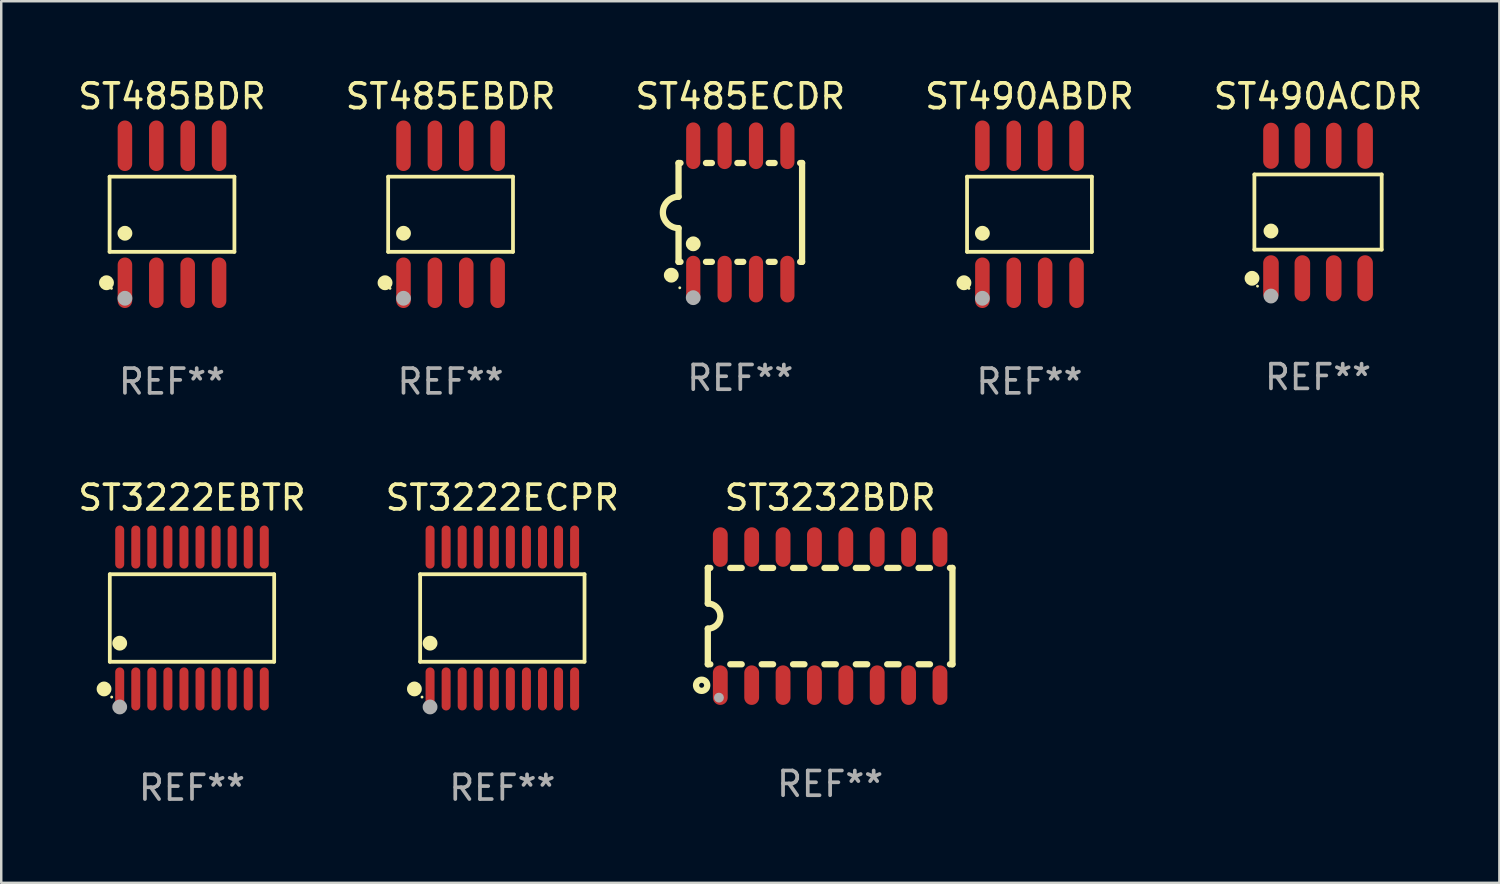
<source format=kicad_pcb>
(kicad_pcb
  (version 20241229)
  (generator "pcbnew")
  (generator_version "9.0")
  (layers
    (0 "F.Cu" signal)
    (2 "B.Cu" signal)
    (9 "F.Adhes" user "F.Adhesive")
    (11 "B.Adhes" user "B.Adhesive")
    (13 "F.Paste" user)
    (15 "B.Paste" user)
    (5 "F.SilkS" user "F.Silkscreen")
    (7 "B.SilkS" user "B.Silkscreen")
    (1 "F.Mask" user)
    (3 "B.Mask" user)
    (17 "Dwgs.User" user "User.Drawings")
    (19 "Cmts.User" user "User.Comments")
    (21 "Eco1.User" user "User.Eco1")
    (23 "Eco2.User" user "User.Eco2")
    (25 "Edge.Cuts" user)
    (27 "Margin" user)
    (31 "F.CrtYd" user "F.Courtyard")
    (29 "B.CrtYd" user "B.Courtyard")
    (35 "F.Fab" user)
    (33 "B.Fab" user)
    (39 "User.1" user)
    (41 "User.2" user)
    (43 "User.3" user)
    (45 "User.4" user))
  (footprint "ST3222ECPR"
    (layer "F.Cu")
    (at 17.28 21.961)
    (property "Reference" "ST3222ECPR" (at 0 -4.871 0) (layer "F.SilkS") (effects (font (size 1 1) (thickness 0.15))))
    (attr through_hole)
    (fp_line (start -3.326 -1.771) (end 3.326 -1.771) (stroke (width 0.152) (type solid)) (layer "F.SilkS"))
    (fp_line (start -3.326 1.771) (end -3.326 -1.771) (stroke (width 0.152) (type solid)) (layer "F.SilkS"))
    (fp_line (start 3.326 -1.771) (end 3.326 1.771) (stroke (width 0.152) (type solid)) (layer "F.SilkS"))
    (fp_line (start 3.326 1.771) (end -3.326 1.771) (stroke (width 0.152) (type solid)) (layer "F.SilkS"))
    (fp_circle (center -3.559 2.871) (end -3.409 2.871) (stroke (width 0.3) (type solid)) (fill no) (layer "F.SilkS"))
    (fp_circle (center -3.25 3.2) (end -3.22 3.2) (stroke (width 0.06) (type solid)) (fill no) (layer "F.SilkS"))
    (fp_circle (center -2.925 1.019) (end -2.775 1.019) (stroke (width 0.3) (type solid)) (fill no) (layer "F.SilkS"))
    (fp_circle (center -2.925 3.6) (end -2.775 3.6) (stroke (width 0.3) (type solid)) (fill no) (layer "F.Fab"))
    (fp_text user "REF**" (at 0 6.871 0) (layer "F.Fab") (effects (font (size 1 1) (thickness 0.15))))
    (pad "1" smd oval (at -2.925 2.871) (size 0.364 1.742) (layers "F.Cu" "F.Mask" "F.Paste"))
    (pad "2" smd oval (at -2.275 2.871) (size 0.364 1.742) (layers "F.Cu" "F.Mask" "F.Paste"))
    (pad "3" smd oval (at -1.625 2.871) (size 0.364 1.742) (layers "F.Cu" "F.Mask" "F.Paste"))
    (pad "4" smd oval (at -0.975 2.871) (size 0.364 1.742) (layers "F.Cu" "F.Mask" "F.Paste"))
    (pad "5" smd oval (at -0.325 2.871) (size 0.364 1.742) (layers "F.Cu" "F.Mask" "F.Paste"))
    (pad "6" smd oval (at 0.325 2.871) (size 0.364 1.742) (layers "F.Cu" "F.Mask" "F.Paste"))
    (pad "7" smd oval (at 0.975 2.871) (size 0.364 1.742) (layers "F.Cu" "F.Mask" "F.Paste"))
    (pad "8" smd oval (at 1.625 2.871) (size 0.364 1.742) (layers "F.Cu" "F.Mask" "F.Paste"))
    (pad "9" smd oval (at 2.275 2.871) (size 0.364 1.742) (layers "F.Cu" "F.Mask" "F.Paste"))
    (pad "10" smd oval (at 2.925 2.871) (size 0.364 1.742) (layers "F.Cu" "F.Mask" "F.Paste"))
    (pad "11" smd oval (at 2.925 -2.871) (size 0.364 1.742) (layers "F.Cu" "F.Mask" "F.Paste"))
    (pad "12" smd oval (at 2.275 -2.871) (size 0.364 1.742) (layers "F.Cu" "F.Mask" "F.Paste"))
    (pad "13" smd oval (at 1.625 -2.871) (size 0.364 1.742) (layers "F.Cu" "F.Mask" "F.Paste"))
    (pad "14" smd oval (at 0.975 -2.871) (size 0.364 1.742) (layers "F.Cu" "F.Mask" "F.Paste"))
    (pad "15" smd oval (at 0.325 -2.871) (size 0.364 1.742) (layers "F.Cu" "F.Mask" "F.Paste"))
    (pad "16" smd oval (at -0.325 -2.871) (size 0.364 1.742) (layers "F.Cu" "F.Mask" "F.Paste"))
    (pad "17" smd oval (at -0.975 -2.871) (size 0.364 1.742) (layers "F.Cu" "F.Mask" "F.Paste"))
    (pad "18" smd oval (at -1.625 -2.871) (size 0.364 1.742) (layers "F.Cu" "F.Mask" "F.Paste"))
    (pad "19" smd oval (at -2.275 -2.871) (size 0.364 1.742) (layers "F.Cu" "F.Mask" "F.Paste"))
    (pad "20" smd oval (at -2.925 -2.871) (size 0.364 1.742) (layers "F.Cu" "F.Mask" "F.Paste")))
  (footprint "ST485ECDR"
    (layer "F.Cu")
    (at 26.911 5.547)
    (property "Reference" "ST485ECDR" (at 0 -4.699 0) (layer "F.SilkS") (effects (font (size 1 1) (thickness 0.15))))
    (attr through_hole)
    (fp_line (start -2.5 -2) (end -2.5 -0.635) (stroke (width 0.254) (type solid)) (layer "F.SilkS"))
    (fp_line (start -2.5 -2) (end -2.421 -2) (stroke (width 0.254) (type solid)) (layer "F.SilkS"))
    (fp_line (start -2.5 2) (end -2.5 0.635) (stroke (width 0.254) (type solid)) (layer "F.SilkS"))
    (fp_line (start -2.5 2) (end -2.421 2) (stroke (width 0.254) (type solid)) (layer "F.SilkS"))
    (fp_line (start -1.389 -2) (end -1.151 -2) (stroke (width 0.254) (type solid)) (layer "F.SilkS"))
    (fp_line (start -1.389 2) (end -1.151 2) (stroke (width 0.254) (type solid)) (layer "F.SilkS"))
    (fp_line (start -0.119 -2) (end 0.119 -2) (stroke (width 0.254) (type solid)) (layer "F.SilkS"))
    (fp_line (start -0.119 2) (end 0.119 2) (stroke (width 0.254) (type solid)) (layer "F.SilkS"))
    (fp_line (start 1.151 -2) (end 1.389 -2) (stroke (width 0.254) (type solid)) (layer "F.SilkS"))
    (fp_line (start 1.151 2) (end 1.389 2) (stroke (width 0.254) (type solid)) (layer "F.SilkS"))
    (fp_line (start 2.421 -2) (end 2.5 -2) (stroke (width 0.254) (type solid)) (layer "F.SilkS"))
    (fp_line (start 2.421 2) (end 2.5 2) (stroke (width 0.254) (type solid)) (layer "F.SilkS"))
    (fp_line (start 2.5 -2) (end 2.5 2) (stroke (width 0.254) (type solid)) (layer "F.SilkS"))
    (fp_arc (start -2.5 0.635001) (mid -3.134366 -0.000318) (end -2.499365 -0.635001) (stroke (width 0.254001) (type solid)) (layer "F.SilkS"))
    (fp_circle (center -2.794 2.54) (end -2.644 2.54) (stroke (width 0.3) (type solid)) (fill no) (layer "F.SilkS"))
    (fp_circle (center -2.45 3.05) (end -2.42 3.05) (stroke (width 0.06) (type solid)) (fill no) (layer "F.SilkS"))
    (fp_circle (center -1.905 1.27) (end -1.755 1.27) (stroke (width 0.3) (type solid)) (fill no) (layer "F.SilkS"))
    (fp_circle (center -1.905 3.45) (end -1.755 3.45) (stroke (width 0.3) (type solid)) (fill no) (layer "F.Fab"))
    (fp_text user "REF**" (at 0 6.699 0) (layer "F.Fab") (effects (font (size 1 1) (thickness 0.15))))
    (pad "1" smd oval (at -1.905 2.699) (size 0.574 1.888) (layers "F.Cu" "F.Mask" "F.Paste"))
    (pad "2" smd oval (at -0.635 2.699) (size 0.574 1.888) (layers "F.Cu" "F.Mask" "F.Paste"))
    (pad "3" smd oval (at 0.635 2.699) (size 0.574 1.888) (layers "F.Cu" "F.Mask" "F.Paste"))
    (pad "4" smd oval (at 1.905 2.699) (size 0.574 1.888) (layers "F.Cu" "F.Mask" "F.Paste"))
    (pad "5" smd oval (at 1.905 -2.699) (size 0.574 1.888) (layers "F.Cu" "F.Mask" "F.Paste"))
    (pad "6" smd oval (at 0.635 -2.699) (size 0.574 1.888) (layers "F.Cu" "F.Mask" "F.Paste"))
    (pad "7" smd oval (at -0.635 -2.699) (size 0.574 1.888) (layers "F.Cu" "F.Mask" "F.Paste"))
    (pad "8" smd oval (at -1.905 -2.699) (size 0.574 1.888) (layers "F.Cu" "F.Mask" "F.Paste")))
  (footprint "ST3232BDR"
    (layer "F.Cu")
    (at 30.546 21.884)
    (property "Reference" "ST3232BDR" (at 0 -4.794 0) (layer "F.SilkS") (effects (font (size 1 1) (thickness 0.15))))
    (attr through_hole)
    (fp_line (start -4.95 -1.95) (end -4.95 -0.508) (stroke (width 0.254) (type solid)) (layer "F.SilkS"))
    (fp_line (start -4.95 -1.95) (end -4.849 -1.95) (stroke (width 0.254) (type solid)) (layer "F.SilkS"))
    (fp_line (start -4.95 1.95) (end -4.95 0.508) (stroke (width 0.254) (type solid)) (layer "F.SilkS"))
    (fp_line (start -4.95 1.95) (end -4.849 1.95) (stroke (width 0.254) (type solid)) (layer "F.SilkS"))
    (fp_line (start -4.041 -1.95) (end -3.579 -1.95) (stroke (width 0.254) (type solid)) (layer "F.SilkS"))
    (fp_line (start -4.041 1.95) (end -3.579 1.95) (stroke (width 0.254) (type solid)) (layer "F.SilkS"))
    (fp_line (start -2.771 -1.95) (end -2.309 -1.95) (stroke (width 0.254) (type solid)) (layer "F.SilkS"))
    (fp_line (start -2.771 1.95) (end -2.309 1.95) (stroke (width 0.254) (type solid)) (layer "F.SilkS"))
    (fp_line (start -1.501 -1.95) (end -1.039 -1.95) (stroke (width 0.254) (type solid)) (layer "F.SilkS"))
    (fp_line (start -1.501 1.95) (end -1.039 1.95) (stroke (width 0.254) (type solid)) (layer "F.SilkS"))
    (fp_line (start -0.231 -1.95) (end 0.231 -1.95) (stroke (width 0.254) (type solid)) (layer "F.SilkS"))
    (fp_line (start -0.231 1.95) (end 0.231 1.95) (stroke (width 0.254) (type solid)) (layer "F.SilkS"))
    (fp_line (start 1.039 -1.95) (end 1.501 -1.95) (stroke (width 0.254) (type solid)) (layer "F.SilkS"))
    (fp_line (start 1.039 1.95) (end 1.501 1.95) (stroke (width 0.254) (type solid)) (layer "F.SilkS"))
    (fp_line (start 2.309 -1.95) (end 2.771 -1.95) (stroke (width 0.254) (type solid)) (layer "F.SilkS"))
    (fp_line (start 2.309 1.95) (end 2.771 1.95) (stroke (width 0.254) (type solid)) (layer "F.SilkS"))
    (fp_line (start 3.579 -1.95) (end 4.041 -1.95) (stroke (width 0.254) (type solid)) (layer "F.SilkS"))
    (fp_line (start 3.579 1.95) (end 4.041 1.95) (stroke (width 0.254) (type solid)) (layer "F.SilkS"))
    (fp_line (start 4.849 -1.95) (end 4.95 -1.95) (stroke (width 0.254) (type solid)) (layer "F.SilkS"))
    (fp_line (start 4.849 1.95) (end 4.95 1.95) (stroke (width 0.254) (type solid)) (layer "F.SilkS"))
    (fp_line (start 4.95 -1.95) (end 4.95 1.95) (stroke (width 0.254) (type solid)) (layer "F.SilkS"))
    (fp_arc (start -4.95047 -0.508001) (mid -4.442469 -0.000228) (end -4.950013 0.508001) (stroke (width 0.254001) (type solid)) (layer "F.SilkS"))
    (fp_circle (center -5.2 2.8) (end -5.1 2.8) (stroke (width 0.254) (type solid)) (fill no) (layer "F.SilkS"))
    (fp_circle (center -4.95 2.947) (end -4.92 2.947) (stroke (width 0.06) (type solid)) (fill no) (layer "F.SilkS"))
    (fp_circle (center -4.5 3.3) (end -4.4 3.3) (stroke (width 0.2) (type solid)) (fill no) (layer "F.Fab"))
    (fp_text user "REF**" (at 0 6.794 0) (layer "F.Fab") (effects (font (size 1 1) (thickness 0.15))))
    (pad "1" smd oval (at -4.445 2.794) (size 0.6 1.6) (layers "F.Cu" "F.Mask" "F.Paste"))
    (pad "2" smd oval (at -3.175 2.794) (size 0.6 1.6) (layers "F.Cu" "F.Mask" "F.Paste"))
    (pad "3" smd oval (at -1.905 2.794) (size 0.6 1.6) (layers "F.Cu" "F.Mask" "F.Paste"))
    (pad "4" smd oval (at -0.635 2.794) (size 0.6 1.6) (layers "F.Cu" "F.Mask" "F.Paste"))
    (pad "5" smd oval (at 0.635 2.794) (size 0.6 1.6) (layers "F.Cu" "F.Mask" "F.Paste"))
    (pad "6" smd oval (at 1.905 2.794) (size 0.6 1.6) (layers "F.Cu" "F.Mask" "F.Paste"))
    (pad "7" smd oval (at 3.175 2.794) (size 0.6 1.6) (layers "F.Cu" "F.Mask" "F.Paste"))
    (pad "8" smd oval (at 4.445 2.794) (size 0.6 1.6) (layers "F.Cu" "F.Mask" "F.Paste"))
    (pad "9" smd oval (at 4.445 -2.794) (size 0.6 1.6) (layers "F.Cu" "F.Mask" "F.Paste"))
    (pad "10" smd oval (at 3.175 -2.794) (size 0.6 1.6) (layers "F.Cu" "F.Mask" "F.Paste"))
    (pad "11" smd oval (at 1.905 -2.794) (size 0.6 1.6) (layers "F.Cu" "F.Mask" "F.Paste"))
    (pad "12" smd oval (at 0.635 -2.794) (size 0.6 1.6) (layers "F.Cu" "F.Mask" "F.Paste"))
    (pad "13" smd oval (at -0.635 -2.794) (size 0.6 1.6) (layers "F.Cu" "F.Mask" "F.Paste"))
    (pad "14" smd oval (at -1.905 -2.794) (size 0.6 1.6) (layers "F.Cu" "F.Mask" "F.Paste"))
    (pad "15" smd oval (at -3.175 -2.794) (size 0.6 1.6) (layers "F.Cu" "F.Mask" "F.Paste"))
    (pad "16" smd oval (at -4.445 -2.794) (size 0.6 1.6) (layers "F.Cu" "F.Mask" "F.Paste")))
  (footprint "ST490ABDR"
    (layer "F.Cu")
    (at 38.613 5.621)
    (property "Reference" "ST490ABDR" (at 0 -4.772 0) (layer "F.SilkS") (effects (font (size 1 1) (thickness 0.15))))
    (attr through_hole)
    (fp_line (start -2.526 -1.521) (end 2.526 -1.521) (stroke (width 0.152) (type solid)) (layer "F.SilkS"))
    (fp_line (start -2.526 1.521) (end -2.526 -1.521) (stroke (width 0.152) (type solid)) (layer "F.SilkS"))
    (fp_line (start 2.526 -1.521) (end 2.526 1.521) (stroke (width 0.152) (type solid)) (layer "F.SilkS"))
    (fp_line (start 2.526 1.521) (end -2.526 1.521) (stroke (width 0.152) (type solid)) (layer "F.SilkS"))
    (fp_circle (center -2.652 2.772) (end -2.501 2.772) (stroke (width 0.3) (type solid)) (fill no) (layer "F.SilkS"))
    (fp_circle (center -2.45 3) (end -2.42 3) (stroke (width 0.06) (type solid)) (fill no) (layer "F.SilkS"))
    (fp_circle (center -1.905 0.769) (end -1.755 0.769) (stroke (width 0.3) (type solid)) (fill no) (layer "F.SilkS"))
    (fp_circle (center -1.905 3.4) (end -1.755 3.4) (stroke (width 0.3) (type solid)) (fill no) (layer "F.Fab"))
    (fp_text user "REF**" (at 0 6.772 0) (layer "F.Fab") (effects (font (size 1 1) (thickness 0.15))))
    (pad "1" smd oval (at -1.905 2.772) (size 0.588 2.045) (layers "F.Cu" "F.Mask" "F.Paste"))
    (pad "2" smd oval (at -0.635 2.772) (size 0.588 2.045) (layers "F.Cu" "F.Mask" "F.Paste"))
    (pad "3" smd oval (at 0.635 2.772) (size 0.588 2.045) (layers "F.Cu" "F.Mask" "F.Paste"))
    (pad "4" smd oval (at 1.905 2.772) (size 0.588 2.045) (layers "F.Cu" "F.Mask" "F.Paste"))
    (pad "5" smd oval (at 1.905 -2.772) (size 0.588 2.045) (layers "F.Cu" "F.Mask" "F.Paste"))
    (pad "6" smd oval (at 0.635 -2.772) (size 0.588 2.045) (layers "F.Cu" "F.Mask" "F.Paste"))
    (pad "7" smd oval (at -0.635 -2.772) (size 0.588 2.045) (layers "F.Cu" "F.Mask" "F.Paste"))
    (pad "8" smd oval (at -1.905 -2.772) (size 0.588 2.045) (layers "F.Cu" "F.Mask" "F.Paste")))
  (footprint "ST490ACDR"
    (layer "F.Cu")
    (at 50.292 5.531)
    (property "Reference" "ST490ACDR" (at 0 -4.682 0) (layer "F.SilkS") (effects (font (size 1 1) (thickness 0.15))))
    (attr through_hole)
    (fp_line (start -2.576 -1.521) (end 2.576 -1.521) (stroke (width 0.152) (type solid)) (layer "F.SilkS"))
    (fp_line (start -2.576 1.521) (end -2.576 -1.521) (stroke (width 0.152) (type solid)) (layer "F.SilkS"))
    (fp_line (start 2.576 -1.521) (end 2.576 1.521) (stroke (width 0.152) (type solid)) (layer "F.SilkS"))
    (fp_line (start 2.576 1.521) (end -2.576 1.521) (stroke (width 0.152) (type solid)) (layer "F.SilkS"))
    (fp_circle (center -2.672 2.682) (end -2.522 2.682) (stroke (width 0.3) (type solid)) (fill no) (layer "F.SilkS"))
    (fp_circle (center -2.45 3) (end -2.42 3) (stroke (width 0.06) (type solid)) (fill no) (layer "F.SilkS"))
    (fp_circle (center -1.905 0.769) (end -1.755 0.769) (stroke (width 0.3) (type solid)) (fill no) (layer "F.SilkS"))
    (fp_circle (center -1.905 3.4) (end -1.755 3.4) (stroke (width 0.3) (type solid)) (fill no) (layer "F.Fab"))
    (fp_text user "REF**" (at 0 6.682 0) (layer "F.Fab") (effects (font (size 1 1) (thickness 0.15))))
    (pad "1" smd oval (at -1.905 2.682) (size 0.63 1.865) (layers "F.Cu" "F.Mask" "F.Paste"))
    (pad "2" smd oval (at -0.635 2.682) (size 0.63 1.865) (layers "F.Cu" "F.Mask" "F.Paste"))
    (pad "3" smd oval (at 0.635 2.682) (size 0.63 1.865) (layers "F.Cu" "F.Mask" "F.Paste"))
    (pad "4" smd oval (at 1.905 2.682) (size 0.63 1.865) (layers "F.Cu" "F.Mask" "F.Paste"))
    (pad "5" smd oval (at 1.905 -2.682) (size 0.63 1.865) (layers "F.Cu" "F.Mask" "F.Paste"))
    (pad "6" smd oval (at 0.635 -2.682) (size 0.63 1.865) (layers "F.Cu" "F.Mask" "F.Paste"))
    (pad "7" smd oval (at -0.635 -2.682) (size 0.63 1.865) (layers "F.Cu" "F.Mask" "F.Paste"))
    (pad "8" smd oval (at -1.905 -2.682) (size 0.63 1.865) (layers "F.Cu" "F.Mask" "F.Paste")))
  (footprint "ST485BDR"
    (layer "F.Cu")
    (at 3.911 5.621)
    (property "Reference" "ST485BDR" (at 0 -4.772 0) (layer "F.SilkS") (effects (font (size 1 1) (thickness 0.15))))
    (attr through_hole)
    (fp_line (start -2.526 -1.521) (end 2.526 -1.521) (stroke (width 0.152) (type solid)) (layer "F.SilkS"))
    (fp_line (start -2.526 1.521) (end -2.526 -1.521) (stroke (width 0.152) (type solid)) (layer "F.SilkS"))
    (fp_line (start 2.526 -1.521) (end 2.526 1.521) (stroke (width 0.152) (type solid)) (layer "F.SilkS"))
    (fp_line (start 2.526 1.521) (end -2.526 1.521) (stroke (width 0.152) (type solid)) (layer "F.SilkS"))
    (fp_circle (center -2.652 2.772) (end -2.501 2.772) (stroke (width 0.3) (type solid)) (fill no) (layer "F.SilkS"))
    (fp_circle (center -2.45 3) (end -2.42 3) (stroke (width 0.06) (type solid)) (fill no) (layer "F.SilkS"))
    (fp_circle (center -1.905 0.769) (end -1.755 0.769) (stroke (width 0.3) (type solid)) (fill no) (layer "F.SilkS"))
    (fp_circle (center -1.905 3.4) (end -1.755 3.4) (stroke (width 0.3) (type solid)) (fill no) (layer "F.Fab"))
    (fp_text user "REF**" (at 0 6.772 0) (layer "F.Fab") (effects (font (size 1 1) (thickness 0.15))))
    (pad "1" smd oval (at -1.905 2.772) (size 0.588 2.045) (layers "F.Cu" "F.Mask" "F.Paste"))
    (pad "2" smd oval (at -0.635 2.772) (size 0.588 2.045) (layers "F.Cu" "F.Mask" "F.Paste"))
    (pad "3" smd oval (at 0.635 2.772) (size 0.588 2.045) (layers "F.Cu" "F.Mask" "F.Paste"))
    (pad "4" smd oval (at 1.905 2.772) (size 0.588 2.045) (layers "F.Cu" "F.Mask" "F.Paste"))
    (pad "5" smd oval (at 1.905 -2.772) (size 0.588 2.045) (layers "F.Cu" "F.Mask" "F.Paste"))
    (pad "6" smd oval (at 0.635 -2.772) (size 0.588 2.045) (layers "F.Cu" "F.Mask" "F.Paste"))
    (pad "7" smd oval (at -0.635 -2.772) (size 0.588 2.045) (layers "F.Cu" "F.Mask" "F.Paste"))
    (pad "8" smd oval (at -1.905 -2.772) (size 0.588 2.045) (layers "F.Cu" "F.Mask" "F.Paste")))
  (footprint "ST3222EBTR"
    (layer "F.Cu")
    (at 4.72 21.961)
    (property "Reference" "ST3222EBTR" (at 0 -4.871 0) (layer "F.SilkS") (effects (font (size 1 1) (thickness 0.15))))
    (attr through_hole)
    (fp_line (start -3.326 -1.771) (end 3.326 -1.771) (stroke (width 0.152) (type solid)) (layer "F.SilkS"))
    (fp_line (start -3.326 1.771) (end -3.326 -1.771) (stroke (width 0.152) (type solid)) (layer "F.SilkS"))
    (fp_line (start 3.326 -1.771) (end 3.326 1.771) (stroke (width 0.152) (type solid)) (layer "F.SilkS"))
    (fp_line (start 3.326 1.771) (end -3.326 1.771) (stroke (width 0.152) (type solid)) (layer "F.SilkS"))
    (fp_circle (center -3.559 2.871) (end -3.409 2.871) (stroke (width 0.3) (type solid)) (fill no) (layer "F.SilkS"))
    (fp_circle (center -3.25 3.2) (end -3.22 3.2) (stroke (width 0.06) (type solid)) (fill no) (layer "F.SilkS"))
    (fp_circle (center -2.925 1.019) (end -2.775 1.019) (stroke (width 0.3) (type solid)) (fill no) (layer "F.SilkS"))
    (fp_circle (center -2.925 3.6) (end -2.775 3.6) (stroke (width 0.3) (type solid)) (fill no) (layer "F.Fab"))
    (fp_text user "REF**" (at 0 6.871 0) (layer "F.Fab") (effects (font (size 1 1) (thickness 0.15))))
    (pad "1" smd oval (at -2.925 2.871) (size 0.364 1.742) (layers "F.Cu" "F.Mask" "F.Paste"))
    (pad "2" smd oval (at -2.275 2.871) (size 0.364 1.742) (layers "F.Cu" "F.Mask" "F.Paste"))
    (pad "3" smd oval (at -1.625 2.871) (size 0.364 1.742) (layers "F.Cu" "F.Mask" "F.Paste"))
    (pad "4" smd oval (at -0.975 2.871) (size 0.364 1.742) (layers "F.Cu" "F.Mask" "F.Paste"))
    (pad "5" smd oval (at -0.325 2.871) (size 0.364 1.742) (layers "F.Cu" "F.Mask" "F.Paste"))
    (pad "6" smd oval (at 0.325 2.871) (size 0.364 1.742) (layers "F.Cu" "F.Mask" "F.Paste"))
    (pad "7" smd oval (at 0.975 2.871) (size 0.364 1.742) (layers "F.Cu" "F.Mask" "F.Paste"))
    (pad "8" smd oval (at 1.625 2.871) (size 0.364 1.742) (layers "F.Cu" "F.Mask" "F.Paste"))
    (pad "9" smd oval (at 2.275 2.871) (size 0.364 1.742) (layers "F.Cu" "F.Mask" "F.Paste"))
    (pad "10" smd oval (at 2.925 2.871) (size 0.364 1.742) (layers "F.Cu" "F.Mask" "F.Paste"))
    (pad "11" smd oval (at 2.925 -2.871) (size 0.364 1.742) (layers "F.Cu" "F.Mask" "F.Paste"))
    (pad "12" smd oval (at 2.275 -2.871) (size 0.364 1.742) (layers "F.Cu" "F.Mask" "F.Paste"))
    (pad "13" smd oval (at 1.625 -2.871) (size 0.364 1.742) (layers "F.Cu" "F.Mask" "F.Paste"))
    (pad "14" smd oval (at 0.975 -2.871) (size 0.364 1.742) (layers "F.Cu" "F.Mask" "F.Paste"))
    (pad "15" smd oval (at 0.325 -2.871) (size 0.364 1.742) (layers "F.Cu" "F.Mask" "F.Paste"))
    (pad "16" smd oval (at -0.325 -2.871) (size 0.364 1.742) (layers "F.Cu" "F.Mask" "F.Paste"))
    (pad "17" smd oval (at -0.975 -2.871) (size 0.364 1.742) (layers "F.Cu" "F.Mask" "F.Paste"))
    (pad "18" smd oval (at -1.625 -2.871) (size 0.364 1.742) (layers "F.Cu" "F.Mask" "F.Paste"))
    (pad "19" smd oval (at -2.275 -2.871) (size 0.364 1.742) (layers "F.Cu" "F.Mask" "F.Paste"))
    (pad "20" smd oval (at -2.925 -2.871) (size 0.364 1.742) (layers "F.Cu" "F.Mask" "F.Paste")))
  (footprint "ST485EBDR"
    (layer "F.Cu")
    (at 15.185 5.621)
    (property "Reference" "ST485EBDR" (at 0 -4.772 0) (layer "F.SilkS") (effects (font (size 1 1) (thickness 0.15))))
    (attr through_hole)
    (fp_line (start -2.526 -1.521) (end 2.526 -1.521) (stroke (width 0.152) (type solid)) (layer "F.SilkS"))
    (fp_line (start -2.526 1.521) (end -2.526 -1.521) (stroke (width 0.152) (type solid)) (layer "F.SilkS"))
    (fp_line (start 2.526 -1.521) (end 2.526 1.521) (stroke (width 0.152) (type solid)) (layer "F.SilkS"))
    (fp_line (start 2.526 1.521) (end -2.526 1.521) (stroke (width 0.152) (type solid)) (layer "F.SilkS"))
    (fp_circle (center -2.652 2.772) (end -2.501 2.772) (stroke (width 0.3) (type solid)) (fill no) (layer "F.SilkS"))
    (fp_circle (center -2.45 3) (end -2.42 3) (stroke (width 0.06) (type solid)) (fill no) (layer "F.SilkS"))
    (fp_circle (center -1.905 0.769) (end -1.755 0.769) (stroke (width 0.3) (type solid)) (fill no) (layer "F.SilkS"))
    (fp_circle (center -1.905 3.4) (end -1.755 3.4) (stroke (width 0.3) (type solid)) (fill no) (layer "F.Fab"))
    (fp_text user "REF**" (at 0 6.772 0) (layer "F.Fab") (effects (font (size 1 1) (thickness 0.15))))
    (pad "1" smd oval (at -1.905 2.772) (size 0.588 2.045) (layers "F.Cu" "F.Mask" "F.Paste"))
    (pad "2" smd oval (at -0.635 2.772) (size 0.588 2.045) (layers "F.Cu" "F.Mask" "F.Paste"))
    (pad "3" smd oval (at 0.635 2.772) (size 0.588 2.045) (layers "F.Cu" "F.Mask" "F.Paste"))
    (pad "4" smd oval (at 1.905 2.772) (size 0.588 2.045) (layers "F.Cu" "F.Mask" "F.Paste"))
    (pad "5" smd oval (at 1.905 -2.772) (size 0.588 2.045) (layers "F.Cu" "F.Mask" "F.Paste"))
    (pad "6" smd oval (at 0.635 -2.772) (size 0.588 2.045) (layers "F.Cu" "F.Mask" "F.Paste"))
    (pad "7" smd oval (at -0.635 -2.772) (size 0.588 2.045) (layers "F.Cu" "F.Mask" "F.Paste"))
    (pad "8" smd oval (at -1.905 -2.772) (size 0.588 2.045) (layers "F.Cu" "F.Mask" "F.Paste")))
  (gr_rect
    (start -3 -3)
    (end 57.631 32.68)
    (stroke (width 0.1) (type default))
    (fill no)
    (layer "Edge.Cuts")))
</source>
